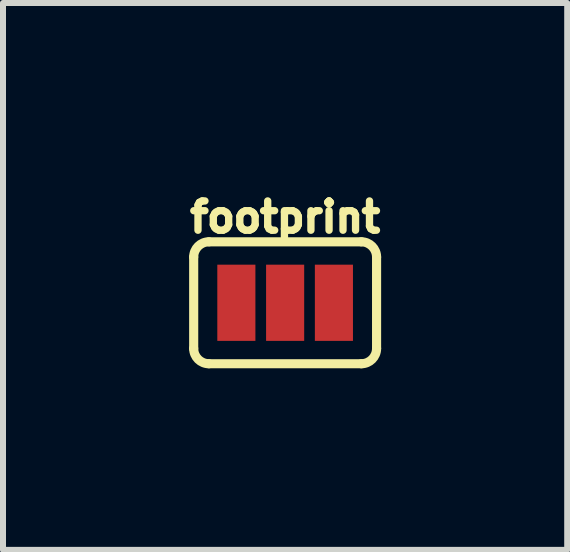
<source format=kicad_pcb>
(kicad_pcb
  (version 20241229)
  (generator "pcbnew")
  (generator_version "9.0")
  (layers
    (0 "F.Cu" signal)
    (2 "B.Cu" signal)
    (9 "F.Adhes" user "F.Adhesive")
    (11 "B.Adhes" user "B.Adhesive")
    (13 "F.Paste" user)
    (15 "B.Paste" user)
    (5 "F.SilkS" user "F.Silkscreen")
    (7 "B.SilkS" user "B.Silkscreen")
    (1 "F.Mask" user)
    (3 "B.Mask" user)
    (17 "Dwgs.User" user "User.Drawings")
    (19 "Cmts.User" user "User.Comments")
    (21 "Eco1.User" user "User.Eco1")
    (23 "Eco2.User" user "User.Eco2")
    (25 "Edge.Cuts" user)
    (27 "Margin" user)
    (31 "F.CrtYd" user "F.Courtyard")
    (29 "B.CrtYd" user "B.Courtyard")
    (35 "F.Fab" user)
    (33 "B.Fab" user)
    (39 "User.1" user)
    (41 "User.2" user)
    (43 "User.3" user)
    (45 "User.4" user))
  (footprint "footprint"
    (layer "F.Cu")
    (at 1.702 1.996)
    (property "Reference" "footprint" (at 0 -1.143 0) (layer "F.SilkS") (effects (font (size 0.488 0.488) (thickness 0.122)) (justify bottom)))
    (fp_line (start -1.524 0.762) (end -1.524 -0.762) (stroke (width 0.152) (type solid)) (layer "F.SilkS"))
    (fp_line (start -1.27 -1.016) (end 1.27 -1.016) (stroke (width 0.152) (type solid)) (layer "F.SilkS"))
    (fp_line (start 1.27 1.016) (end -1.27 1.016) (stroke (width 0.152) (type solid)) (layer "F.SilkS"))
    (fp_line (start 1.524 0.762) (end 1.524 -0.762) (stroke (width 0.152) (type solid)) (layer "F.SilkS"))
    (fp_arc (start -1.524 -0.762) (mid -1.449605 -0.941605) (end -1.27 -1.016) (stroke (width 0.1524) (type solid)) (layer "F.SilkS"))
    (fp_arc (start -1.27 1.016) (mid -1.449605 0.941605) (end -1.524 0.762) (stroke (width 0.1524) (type solid)) (layer "F.SilkS"))
    (fp_arc (start 1.27 -1.016) (mid 1.449605 -0.941605) (end 1.524 -0.762) (stroke (width 0.1524) (type solid)) (layer "F.SilkS"))
    (fp_arc (start 1.524 0.762) (mid 1.449605 0.941605) (end 1.27 1.016) (stroke (width 0.1524) (type solid)) (layer "F.SilkS"))
    (fp_poly (pts (xy -0.406 1.118) (xy 1.651 1.118) (xy 1.651 -1.118) (xy -0.406 -1.118)) (stroke (width 0) (type solid)) (fill yes) (layer "F.Paste"))
    (pad "1" smd rect (at -0.813 0) (size 0.635 1.27) (layers "F.Cu" "F.Mask"))
    (pad "2" smd rect (at 0 0) (size 0.635 1.27) (layers "F.Cu" "F.Mask"))
    (pad "3" smd rect (at 0.813 0) (size 0.635 1.27) (layers "F.Cu" "F.Mask")))
  (gr_rect
    (start -3 -3)
    (end 6.403 6.114)
    (stroke (width 0.1) (type default))
    (fill no)
    (layer "Edge.Cuts")))
</source>
